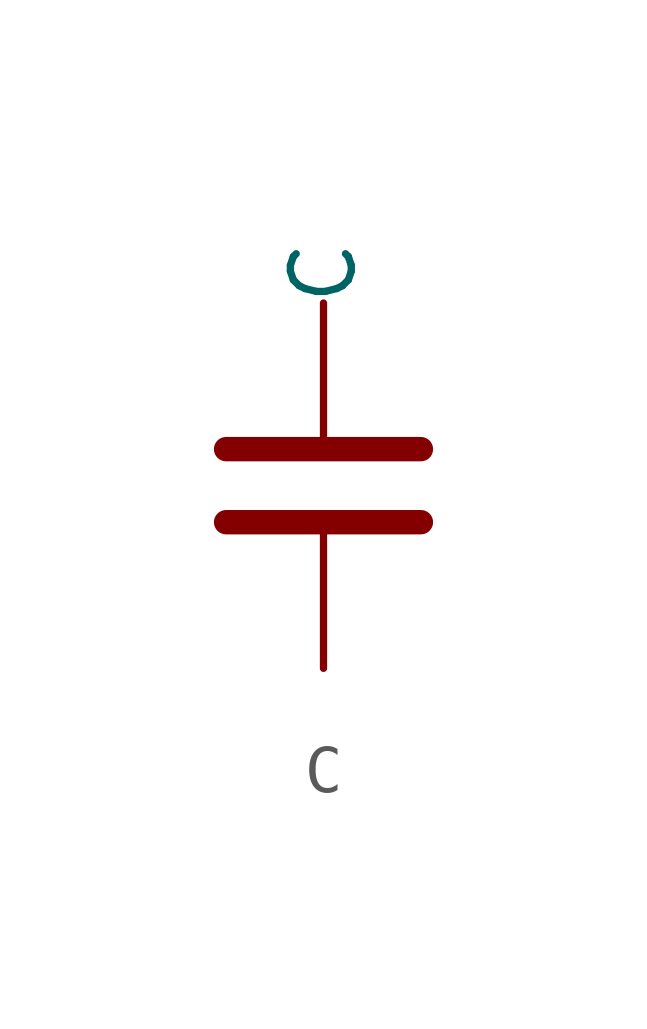
<source format=kicad_sym>
(kicad_symbol_lib
  (version 20211014)
  (generator kicad_symbol_editor)
  (symbol "C"
    (pin_numbers hide)
    (pin_names
      (offset 0.254))
    (property "Reference" "C?"
      (at -2.54 0.635 0)
      (effects (font (size 1.27 1.27)) (justify left) hide))
    (property "Value" "C"
      (at 0 4.445 90)
      (effects (font (size 1.27 1.27))))
    (symbol "C_0_1"
      (polyline (pts (xy -2.032 -0.762) (xy 2.032 -0.762)) (stroke (width 0.508) (type default) (color 0 0 0 0)) (fill (type none)))
      (polyline (pts (xy -2.032 0.762) (xy 2.032 0.762)) (stroke (width 0.508) (type default) (color 0 0 0 0)) (fill (type none))))
    (symbol "C_1_1"
      (pin passive line (at 0 3.81 270) (length 2.794) (name "~" (effects (font (size 1.27 1.27)))) (number "1" (effects (font (size 1.27 1.27)))))
      (pin passive line (at 0 -3.81 90) (length 2.794) (name "~" (effects (font (size 1.27 1.27)))) (number "2" (effects (font (size 1.27 1.27))))))))
</source>
